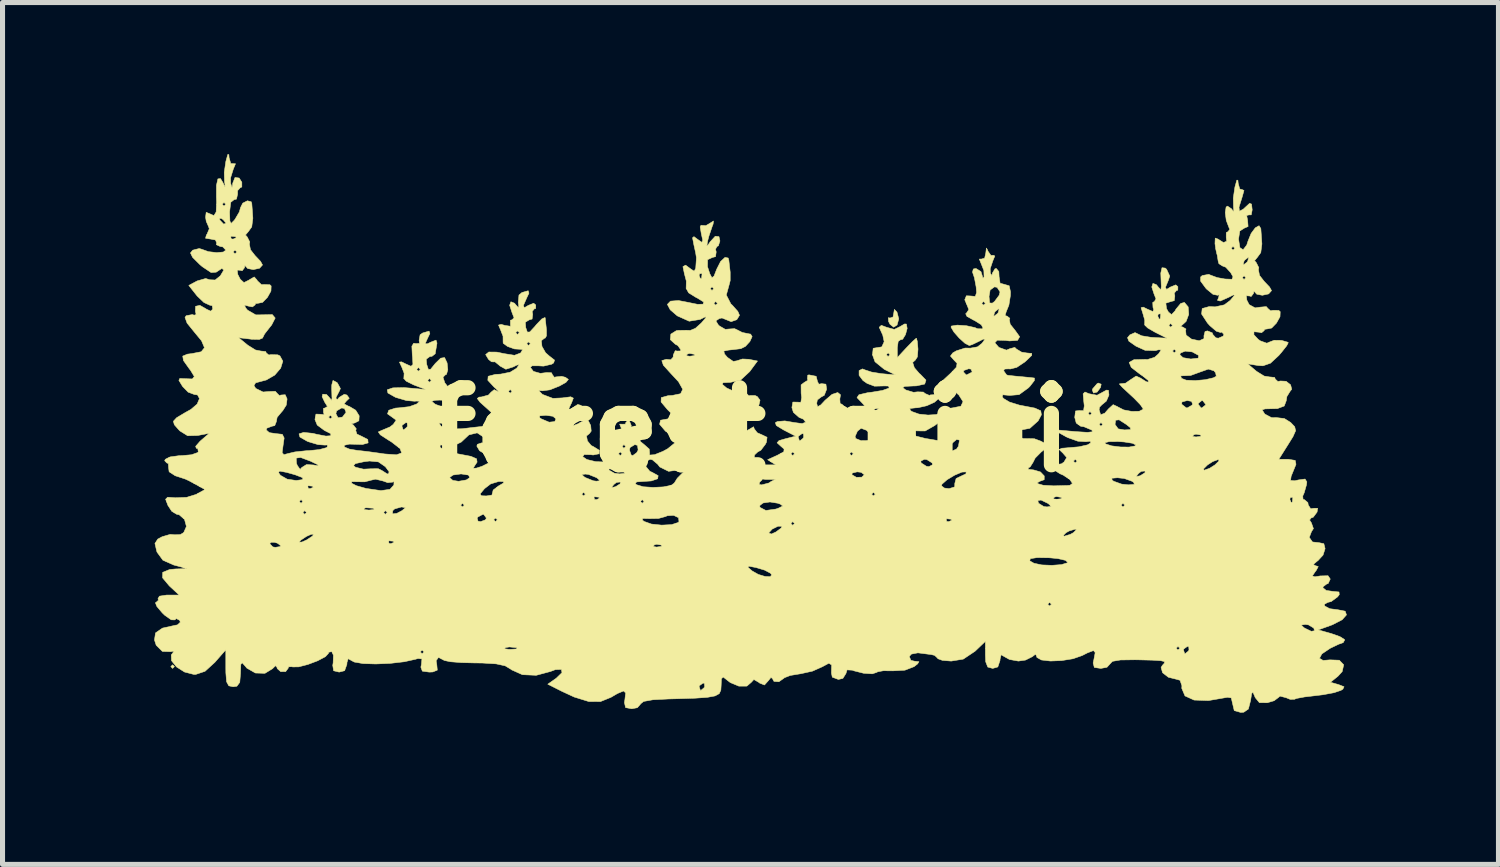
<source format=kicad_pcb>
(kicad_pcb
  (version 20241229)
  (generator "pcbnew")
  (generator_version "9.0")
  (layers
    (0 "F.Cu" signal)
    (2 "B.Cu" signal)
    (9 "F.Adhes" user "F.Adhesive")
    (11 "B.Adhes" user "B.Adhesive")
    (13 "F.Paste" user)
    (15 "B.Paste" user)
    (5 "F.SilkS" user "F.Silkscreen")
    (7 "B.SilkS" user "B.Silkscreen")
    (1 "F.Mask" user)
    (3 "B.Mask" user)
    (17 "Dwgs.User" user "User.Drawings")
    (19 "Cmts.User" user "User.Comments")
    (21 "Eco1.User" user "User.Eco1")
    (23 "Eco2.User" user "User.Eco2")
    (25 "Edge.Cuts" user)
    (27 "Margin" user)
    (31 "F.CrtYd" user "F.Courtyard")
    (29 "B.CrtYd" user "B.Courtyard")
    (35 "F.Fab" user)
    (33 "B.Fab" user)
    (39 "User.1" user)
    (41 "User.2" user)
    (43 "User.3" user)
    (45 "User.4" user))
  (footprint "forest_mini"
    (layer "F.Cu")
    (at 11.794 5.453)
    (property "Reference" "forest_mini" (at 0 0 0) (layer "F.SilkS") (effects (font (size 1.524 1.524) (thickness 0.3))))
    (attr through_hole)
    (fp_poly (pts (xy -11.394 4.681) (xy -11.43 4.717) (xy -11.466 4.681) (xy -11.43 4.645) (xy -11.394 4.681)) (stroke (width 0.01) (type solid)) (fill yes) (layer "F.SilkS"))
    (fp_poly (pts (xy 6.935 -0.904) (xy 6.923 -0.841) (xy 6.856 -0.749) (xy 6.783 -0.729) (xy 6.76 -0.788) (xy 6.766 -0.812) (xy 6.855 -0.915) (xy 6.881 -0.927) (xy 6.935 -0.904)) (stroke (width 0.01) (type solid)) (fill yes) (layer "F.SilkS"))
    (fp_poly (pts (xy 2.895 -2.333) (xy 2.897 -2.329) (xy 2.932 -2.196) (xy 2.898 -2.074) (xy 2.83 -2.032) (xy 2.758 -2.09) (xy 2.73 -2.145) (xy 2.725 -2.22) (xy 2.759 -2.213) (xy 2.818 -2.233) (xy 2.831 -2.3) (xy 2.845 -2.384) (xy 2.895 -2.333)) (stroke (width 0.01) (type solid)) (fill yes) (layer "F.SilkS"))
    (fp_poly (pts (xy -10.318 -5.447) (xy -10.313 -5.384) (xy -10.28 -5.269) (xy -10.225 -5.266) (xy -10.186 -5.264) (xy -10.23 -5.158) (xy -10.284 -4.985) (xy -10.282 -4.877) (xy -10.255 -4.793) (xy -10.243 -4.853) (xy -10.241 -4.88) (xy -10.196 -4.993) (xy -10.114 -4.982) (xy -10.061 -4.899) (xy -10.061 -4.805) (xy -10.093 -4.79) (xy -10.145 -4.732) (xy -10.145 -4.663) (xy -10.167 -4.565) (xy -10.214 -4.554) (xy -10.28 -4.502) (xy -10.303 -4.315) (xy -10.303 -4.3) (xy -10.297 -4.13) (xy -10.272 -4.085) (xy -10.211 -4.146) (xy -10.194 -4.169) (xy -10.11 -4.312) (xy -10.087 -4.397) (xy -10.043 -4.485) (xy -9.951 -4.532) (xy -9.876 -4.513) (xy -9.864 -4.479) (xy -9.854 -4.344) (xy -9.843 -4.186) (xy -9.865 -4.015) (xy -9.931 -3.924) (xy -9.989 -3.855) (xy -9.955 -3.818) (xy -9.904 -3.717) (xy -9.912 -3.676) (xy -9.89 -3.564) (xy -9.8 -3.449) (xy -9.691 -3.334) (xy -9.652 -3.263) (xy -9.71 -3.198) (xy -9.834 -3.171) (xy -9.945 -3.192) (xy -9.969 -3.219) (xy -10.001 -3.252) (xy -10.009 -3.207) (xy -10.055 -3.147) (xy -10.087 -3.157) (xy -10.152 -3.162) (xy -10.141 -3.075) (xy -10.092 -2.98) (xy -10.019 -2.914) (xy -9.918 -2.965) (xy -9.912 -2.97) (xy -9.815 -3.026) (xy -9.76 -2.964) (xy -9.756 -2.952) (xy -9.672 -2.873) (xy -9.617 -2.876) (xy -9.506 -2.871) (xy -9.481 -2.847) (xy -9.485 -2.747) (xy -9.555 -2.621) (xy -9.65 -2.523) (xy -9.73 -2.507) (xy -9.793 -2.497) (xy -9.797 -2.474) (xy -9.852 -2.433) (xy -9.924 -2.447) (xy -10.009 -2.469) (xy -9.986 -2.415) (xy -9.949 -2.37) (xy -9.784 -2.275) (xy -9.641 -2.277) (xy -9.458 -2.281) (xy -9.401 -2.213) (xy -9.471 -2.076) (xy -9.508 -2.03) (xy -9.611 -1.898) (xy -9.652 -1.816) (xy -9.715 -1.79) (xy -9.868 -1.793) (xy -9.888 -1.796) (xy -10.124 -1.824) (xy -9.942 -1.675) (xy -9.791 -1.581) (xy -9.673 -1.558) (xy -9.67 -1.559) (xy -9.588 -1.55) (xy -9.579 -1.524) (xy -9.527 -1.482) (xy -9.489 -1.489) (xy -9.35 -1.485) (xy -9.308 -1.465) (xy -9.25 -1.36) (xy -9.293 -1.221) (xy -9.41 -1.084) (xy -9.576 -0.988) (xy -9.636 -0.972) (xy -9.789 -0.931) (xy -9.821 -0.877) (xy -9.786 -0.821) (xy -9.641 -0.75) (xy -9.53 -0.759) (xy -9.399 -0.764) (xy -9.362 -0.723) (xy -9.317 -0.678) (xy -9.289 -0.69) (xy -9.203 -0.696) (xy -9.166 -0.613) (xy -9.182 -0.491) (xy -9.254 -0.377) (xy -9.264 -0.368) (xy -9.363 -0.249) (xy -9.379 -0.162) (xy -9.41 -0.085) (xy -9.465 -0.073) (xy -9.565 -0.035) (xy -9.579 0) (xy -9.517 0.054) (xy -9.389 0.073) (xy -9.26 0.087) (xy -9.224 0.16) (xy -9.244 0.298) (xy -9.264 0.449) (xy -9.229 0.49) (xy -9.162 0.471) (xy -9.01 0.435) (xy -8.791 0.412) (xy -8.733 0.409) (xy -8.529 0.389) (xy -8.391 0.352) (xy -8.37 0.338) (xy -8.37 0.297) (xy -8.418 0.3) (xy -8.555 0.29) (xy -8.746 0.233) (xy -8.768 0.224) (xy -8.912 0.141) (xy -8.93 0.078) (xy -8.838 0.049) (xy -8.656 0.068) (xy -8.584 0.086) (xy -8.398 0.122) (xy -8.299 0.115) (xy -8.304 0.073) (xy -8.428 0.01) (xy -8.57 -0.096) (xy -8.615 -0.206) (xy -8.606 -0.254) (xy -8.346 -0.254) (xy -8.309 -0.218) (xy -8.273 -0.254) (xy -8.309 -0.29) (xy -8.346 -0.254) (xy -8.606 -0.254) (xy -8.595 -0.313) (xy -8.51 -0.31) (xy -8.433 -0.302) (xy -8.438 -0.321) (xy -8.201 -0.321) (xy -8.158 -0.241) (xy -8.071 -0.254) (xy -7.999 -0.349) (xy -8.031 -0.423) (xy -8.086 -0.435) (xy -8.186 -0.377) (xy -8.201 -0.321) (xy -8.438 -0.321) (xy -8.447 -0.351) (xy -8.447 -0.426) (xy -8.414 -0.435) (xy -8.368 -0.464) (xy -8.42 -0.546) (xy -8.473 -0.658) (xy -8.461 -0.707) (xy -8.386 -0.701) (xy -8.339 -0.651) (xy -8.283 -0.582) (xy -8.277 -0.638) (xy -8.279 -0.653) (xy -8.284 -0.823) (xy -8.282 -0.892) (xy -8.258 -0.979) (xy -8.182 -0.939) (xy -8.17 -0.928) (xy -8.111 -0.818) (xy -8.134 -0.766) (xy -8.196 -0.648) (xy -8.199 -0.62) (xy -8.17 -0.602) (xy -8.135 -0.644) (xy -8.036 -0.704) (xy -7.983 -0.69) (xy -7.936 -0.626) (xy -7.993 -0.571) (xy -8.039 -0.515) (xy -7.953 -0.47) (xy -7.935 -0.465) (xy -7.809 -0.39) (xy -7.74 -0.279) (xy -7.746 -0.18) (xy -7.826 -0.139) (xy -7.892 -0.121) (xy -7.855 -0.097) (xy -7.798 -0.023) (xy -7.808 0.011) (xy -7.785 0.082) (xy -7.7 0.122) (xy -7.57 0.188) (xy -7.563 0.257) (xy -7.677 0.289) (xy -7.711 0.287) (xy -7.936 0.281) (xy -8.039 0.305) (xy -8.032 0.338) (xy -7.93 0.38) (xy -7.784 0.404) (xy -7.588 0.426) (xy -7.333 0.461) (xy -7.239 0.475) (xy -7.003 0.492) (xy -6.9 0.455) (xy -6.932 0.368) (xy -6.969 0.34) (xy -6.141 0.34) (xy -6.131 0.351) (xy -6.016 0.413) (xy -5.822 0.467) (xy -5.768 0.477) (xy -5.531 0.522) (xy -5.418 0.571) (xy -5.408 0.637) (xy -5.447 0.695) (xy -5.485 0.757) (xy -5.425 0.756) (xy -5.312 0.72) (xy -5.146 0.637) (xy -5.054 0.544) (xy -5.053 0.543) (xy -5.06 0.474) (xy -5.121 0.484) (xy -5.243 0.48) (xy -5.359 0.412) (xy -5.409 0.327) (xy -3.846 0.327) (xy -3.81 0.363) (xy -3.774 0.327) (xy -3.81 0.29) (xy -3.846 0.327) (xy -5.409 0.327) (xy -5.413 0.321) (xy -5.403 0.285) (xy -5.314 0.255) (xy -5.241 0.269) (xy -5.164 0.289) (xy -5.184 0.241) (xy -5.252 0.16) (xy -5.406 0.058) (xy -5.57 0.098) (xy -5.721 0.24) (xy -5.865 0.31) (xy -6.006 0.307) (xy -6.137 0.297) (xy -6.141 0.34) (xy -6.969 0.34) (xy -7.101 0.238) (xy -7.166 0.198) (xy -7.323 0.096) (xy -7.362 0.04) (xy -7.298 0.011) (xy -7.129 -0.06) (xy -7.113 -0.073) (xy -6.894 -0.073) (xy -6.87 -0.002) (xy -6.862 0) (xy -6.8 -0.051) (xy -6.785 -0.073) (xy -6.791 -0.139) (xy -6.817 -0.145) (xy -6.891 -0.092) (xy -6.894 -0.073) (xy -7.113 -0.073) (xy -7.065 -0.11) (xy -7.009 -0.194) (xy -7.078 -0.245) (xy -7.18 -0.318) (xy -7.155 -0.389) (xy -7.021 -0.432) (xy -6.949 -0.437) (xy -6.749 -0.46) (xy -6.604 -0.512) (xy -6.543 -0.567) (xy -6.611 -0.571) (xy -6.64 -0.567) (xy -6.805 -0.581) (xy -7.01 -0.641) (xy -7.026 -0.647) (xy -7.172 -0.73) (xy -7.185 -0.794) (xy -7.074 -0.832) (xy -6.85 -0.837) (xy -6.754 -0.829) (xy -6.423 -0.799) (xy -6.663 -0.891) (xy -6.808 -0.963) (xy -6.823 -0.98) (xy -6.386 -0.98) (xy -6.35 -0.943) (xy -6.314 -0.98) (xy -6.35 -1.016) (xy -6.386 -0.98) (xy -6.823 -0.98) (xy -6.861 -1.021) (xy -6.856 -1.03) (xy -6.851 -1.121) (xy -6.88 -1.197) (xy -6.604 -1.197) (xy -6.568 -1.161) (xy -6.531 -1.197) (xy -6.568 -1.234) (xy -6.604 -1.197) (xy -6.88 -1.197) (xy -6.894 -1.233) (xy -6.944 -1.342) (xy -6.901 -1.346) (xy -6.818 -1.305) (xy -6.715 -1.259) (xy -6.677 -1.294) (xy -6.685 -1.439) (xy -6.69 -1.483) (xy -6.698 -1.656) (xy -6.662 -1.715) (xy -6.618 -1.707) (xy -6.546 -1.712) (xy -6.555 -1.771) (xy -6.535 -1.882) (xy -6.485 -1.917) (xy -6.358 -1.954) (xy -6.342 -1.907) (xy -6.389 -1.809) (xy -6.436 -1.704) (xy -6.39 -1.703) (xy -6.326 -1.735) (xy -6.22 -1.776) (xy -6.201 -1.718) (xy -6.206 -1.686) (xy -6.23 -1.548) (xy -6.236 -1.506) (xy -6.3 -1.456) (xy -6.343 -1.451) (xy -6.414 -1.399) (xy -6.405 -1.297) (xy -6.371 -1.195) (xy -6.326 -1.201) (xy -6.235 -1.314) (xy -6.128 -1.419) (xy -6.052 -1.431) (xy -6.051 -1.431) (xy -6.001 -1.325) (xy -5.987 -1.191) (xy -6.013 -1.099) (xy -6.036 -1.089) (xy -6.082 -1.042) (xy -6.046 -0.931) (xy -5.943 -0.8) (xy -5.933 -0.79) (xy -5.821 -0.66) (xy -5.839 -0.592) (xy -5.969 -0.583) (xy -6.151 -0.59) (xy -6.241 -0.586) (xy -6.307 -0.567) (xy -6.245 -0.515) (xy -6.23 -0.506) (xy -6.086 -0.45) (xy -5.849 -0.403) (xy -5.552 -0.365) (xy -5.561 -0.331) (xy -5.672 -0.255) (xy -5.731 -0.223) (xy -5.92 -0.145) (xy -6.071 -0.123) (xy -6.093 -0.128) (xy -6.164 -0.139) (xy -6.121 -0.075) (xy -5.979 -0.018) (xy -5.713 -0.023) (xy -5.685 -0.026) (xy -5.455 -0.053) (xy -5.275 -0.072) (xy -5.225 -0.077) (xy -5.039 -0.105) (xy -4.98 -0.166) (xy -5.048 -0.274) (xy -5.053 -0.278) (xy -4.173 -0.278) (xy -4.169 -0.241) (xy -4.137 -0.218) (xy -3.983 -0.153) (xy -3.873 -0.165) (xy -3.846 -0.218) (xy -3.909 -0.27) (xy -4.046 -0.289) (xy -4.173 -0.278) (xy -5.053 -0.278) (xy -5.189 -0.404) (xy -5.349 -0.547) (xy -5.405 -0.622) (xy -5.369 -0.649) (xy -5.322 -0.652) (xy -5.183 -0.69) (xy -5.134 -0.744) (xy -5.07 -0.796) (xy -4.998 -0.762) (xy -4.973 -0.753) (xy -4.982 -0.762) (xy -4.79 -0.762) (xy -4.753 -0.726) (xy -4.717 -0.762) (xy -4.753 -0.798) (xy -4.79 -0.762) (xy -4.982 -0.762) (xy -5.043 -0.823) (xy -5.074 -0.85) (xy -5.196 -0.982) (xy -5.189 -1.061) (xy -5.048 -1.098) (xy -4.942 -1.104) (xy -4.753 -1.142) (xy -4.626 -1.22) (xy -4.576 -1.292) (xy -4.627 -1.28) (xy -4.694 -1.246) (xy -4.839 -1.2) (xy -4.956 -1.265) (xy -4.966 -1.275) (xy -5.054 -1.347) (xy -5.08 -1.345) (xy -5.123 -1.348) (xy -5.181 -1.394) (xy -5.239 -1.49) (xy -5.177 -1.541) (xy -5.016 -1.539) (xy -4.881 -1.51) (xy -4.668 -1.476) (xy -4.545 -1.523) (xy -4.509 -1.588) (xy -4.536 -1.594) (xy -4.669 -1.602) (xy -4.806 -1.651) (xy -4.879 -1.705) (xy -4.427 -1.705) (xy -4.391 -1.669) (xy -4.354 -1.705) (xy -4.391 -1.742) (xy -4.427 -1.705) (xy -4.879 -1.705) (xy -4.892 -1.714) (xy -4.894 -1.748) (xy -4.895 -1.854) (xy -4.922 -1.923) (xy -4.645 -1.923) (xy -4.608 -1.887) (xy -4.572 -1.923) (xy -4.608 -1.959) (xy -4.645 -1.923) (xy -4.922 -1.923) (xy -4.938 -1.965) (xy -4.984 -2.074) (xy -4.932 -2.088) (xy -4.859 -2.067) (xy -4.747 -2.05) (xy -4.749 -2.097) (xy -4.749 -2.169) (xy -4.719 -2.177) (xy -4.677 -2.216) (xy -4.72 -2.329) (xy -4.764 -2.465) (xy -4.74 -2.535) (xy -4.668 -2.506) (xy -4.634 -2.465) (xy -4.584 -2.411) (xy -4.587 -2.483) (xy -4.594 -2.517) (xy -4.58 -2.667) (xy -4.522 -2.717) (xy -4.397 -2.753) (xy -4.382 -2.705) (xy -4.424 -2.617) (xy -4.492 -2.462) (xy -4.475 -2.415) (xy -4.397 -2.462) (xy -4.289 -2.506) (xy -4.248 -2.471) (xy -4.249 -2.402) (xy -4.275 -2.395) (xy -4.319 -2.342) (xy -4.308 -2.286) (xy -4.32 -2.193) (xy -4.376 -2.177) (xy -4.454 -2.13) (xy -4.446 -2.025) (xy -4.414 -1.934) (xy -4.365 -1.938) (xy -4.266 -2.045) (xy -4.238 -2.08) (xy -4.128 -2.195) (xy -4.065 -2.224) (xy -4.061 -2.213) (xy -4.036 -1.981) (xy -4.036 -1.86) (xy -4.061 -1.817) (xy -4.076 -1.814) (xy -4.137 -1.765) (xy -4.125 -1.652) (xy -4.053 -1.526) (xy -3.979 -1.461) (xy -3.876 -1.381) (xy -3.894 -1.325) (xy -3.932 -1.3) (xy -4.093 -1.262) (xy -4.199 -1.268) (xy -4.321 -1.268) (xy -4.354 -1.237) (xy -4.294 -1.158) (xy -4.157 -1.119) (xy -4.028 -1.135) (xy -3.935 -1.13) (xy -3.919 -1.092) (xy -3.878 -1.039) (xy -3.853 -1.048) (xy -3.736 -1.06) (xy -3.662 -1.041) (xy -3.602 -0.999) (xy -3.651 -0.94) (xy -3.78 -0.868) (xy -3.968 -0.793) (xy -4.117 -0.773) (xy -4.134 -0.776) (xy -4.189 -0.779) (xy -4.125 -0.712) (xy -4.112 -0.701) (xy -3.909 -0.624) (xy -3.723 -0.633) (xy -3.556 -0.655) (xy -3.504 -0.629) (xy -3.54 -0.534) (xy -3.557 -0.501) (xy -3.609 -0.387) (xy -3.588 -0.384) (xy -3.55 -0.417) (xy -3.417 -0.504) (xy -3.347 -0.484) (xy -3.359 -0.386) (xy -3.456 -0.256) (xy -3.533 -0.139) (xy -3.505 -0.085) (xy -3.396 -0.128) (xy -3.375 -0.145) (xy -3.263 -0.201) (xy -3.213 -0.19) (xy -3.161 -0.088) (xy -3.151 0.024) (xy -3.187 0.073) (xy -3.244 0.119) (xy -3.226 0.217) (xy -3.152 0.308) (xy -3.108 0.33) (xy -2.989 0.403) (xy -2.995 0.472) (xy -3.113 0.496) (xy -3.16 0.49) (xy -3.29 0.487) (xy -3.32 0.528) (xy -3.238 0.585) (xy -3.072 0.625) (xy -3.058 0.627) (xy -2.9 0.634) (xy -2.85 0.592) (xy -2.866 0.508) (xy -2.871 0.472) (xy -2.613 0.472) (xy -2.576 0.508) (xy -2.54 0.472) (xy -2.576 0.435) (xy -2.613 0.472) (xy -2.871 0.472) (xy -2.879 0.405) (xy -2.805 0.405) (xy -2.799 0.407) (xy -2.714 0.404) (xy -2.713 0.399) (xy -2.395 0.399) (xy -2.36 0.496) (xy -2.33 0.508) (xy -2.251 0.45) (xy -2.223 0.399) (xy -2.235 0.306) (xy -2.288 0.29) (xy -2.383 0.348) (xy -2.395 0.399) (xy -2.713 0.399) (xy -2.695 0.327) (xy -2.54 0.327) (xy -2.504 0.363) (xy -2.467 0.327) (xy -2.504 0.29) (xy -2.54 0.327) (xy -2.695 0.327) (xy -2.686 0.289) (xy -2.685 0.254) (xy -2.664 0.115) (xy -2.59 0.094) (xy -2.575 0.099) (xy -2.503 0.111) (xy -2.522 0.036) (xy -2.546 -0.01) (xy -2.589 -0.115) (xy -2.548 -0.114) (xy -2.547 -0.113) (xy -2.475 -0.115) (xy -2.467 -0.145) (xy -2.424 -0.193) (xy -2.398 -0.183) (xy -2.359 -0.089) (xy -2.37 -0.033) (xy -2.371 0.04) (xy -2.281 0.025) (xy -2.189 0.01) (xy -2.198 0.094) (xy -2.198 0.095) (xy -2.182 0.226) (xy -2.1 0.293) (xy -2.003 0.379) (xy -1.998 0.439) (xy -1.996 0.497) (xy -1.898 0.49) (xy -1.733 0.424) (xy -1.639 0.373) (xy -1.488 0.25) (xy -1.41 0.121) (xy -1.409 0.115) (xy -1.413 0.028) (xy -1.47 0.062) (xy -1.567 0.097) (xy -1.683 0.024) (xy -1.798 -0.112) (xy -1.78 -0.192) (xy -1.636 -0.218) (xy -1.458 -0.218) (xy -1.644 -0.404) (xy -1.769 -0.553) (xy -1.766 -0.639) (xy -1.632 -0.677) (xy -1.549 -0.682) (xy -1.383 -0.716) (xy -1.341 -0.804) (xy -1.424 -0.953) (xy -1.574 -1.114) (xy -1.724 -1.28) (xy -1.755 -1.371) (xy -1.665 -1.397) (xy -1.578 -1.387) (xy -1.531 -1.438) (xy -1.527 -1.469) (xy -1.275 -1.469) (xy -1.203 -1.457) (xy -1.109 -1.47) (xy -1.108 -1.495) (xy -1.205 -1.513) (xy -1.247 -1.501) (xy -1.275 -1.469) (xy -1.527 -1.469) (xy -1.524 -1.492) (xy -1.489 -1.567) (xy -1.451 -1.56) (xy -1.384 -1.562) (xy -1.379 -1.585) (xy -1.437 -1.668) (xy -1.488 -1.695) (xy -1.587 -1.786) (xy -1.576 -1.895) (xy -1.466 -1.964) (xy -1.433 -1.968) (xy -1.268 -1.971) (xy -1.191 -1.968) (xy -1.09 -2.01) (xy -0.973 -2.115) (xy -0.881 -2.222) (xy -0.891 -2.238) (xy -0.998 -2.185) (xy -1.213 -2.15) (xy -1.449 -2.256) (xy -1.589 -2.377) (xy -1.645 -2.483) (xy -1.583 -2.547) (xy -1.425 -2.559) (xy -1.257 -2.527) (xy -1.047 -2.484) (xy -0.933 -2.488) (xy -0.931 -2.504) (xy -0.726 -2.504) (xy -0.689 -2.467) (xy -0.653 -2.504) (xy -0.689 -2.54) (xy -0.726 -2.504) (xy -0.931 -2.504) (xy -0.928 -2.531) (xy -1.05 -2.607) (xy -1.074 -2.618) (xy -1.224 -2.711) (xy -1.27 -2.794) (xy -0.798 -2.794) (xy -0.762 -2.758) (xy -0.726 -2.794) (xy -0.762 -2.83) (xy -0.798 -2.794) (xy -1.27 -2.794) (xy -1.275 -2.803) (xy -1.273 -2.813) (xy -1.27 -2.945) (xy -1.297 -3.048) (xy -1.016 -3.048) (xy -0.989 -2.988) (xy -0.968 -3) (xy -0.959 -3.086) (xy -0.968 -3.096) (xy -1.011 -3.086) (xy -1.016 -3.048) (xy -1.297 -3.048) (xy -1.307 -3.085) (xy -1.337 -3.23) (xy -1.284 -3.259) (xy -1.176 -3.179) (xy -1.115 -3.14) (xy -1.084 -3.196) (xy -1.072 -3.371) (xy -1.071 -3.411) (xy -1.085 -3.5) (xy -1.12 -3.659) (xy -1.147 -3.8) (xy -1.119 -3.823) (xy -1.045 -3.768) (xy -0.962 -3.71) (xy -0.945 -3.751) (xy -0.974 -3.882) (xy -0.996 -4.016) (xy -0.978 -4.05) (xy -0.974 -4.046) (xy -0.883 -4.041) (xy -0.81 -4.083) (xy -0.733 -4.132) (xy -0.74 -4.071) (xy -0.757 -4.028) (xy -0.823 -3.833) (xy -0.848 -3.737) (xy -0.865 -3.639) (xy -0.83 -3.673) (xy -0.8 -3.719) (xy -0.697 -3.831) (xy -0.624 -3.823) (xy -0.605 -3.737) (xy -0.636 -3.641) (xy -0.663 -3.629) (xy -0.692 -3.575) (xy -0.679 -3.52) (xy -0.692 -3.427) (xy -0.754 -3.411) (xy -0.849 -3.367) (xy -0.851 -3.229) (xy -0.805 -3.088) (xy -0.763 -3.01) (xy -0.722 -3.043) (xy -0.669 -3.179) (xy -0.592 -3.331) (xy -0.505 -3.412) (xy -0.442 -3.4) (xy -0.429 -3.356) (xy -0.417 -3.249) (xy -0.402 -3.121) (xy -0.402 -2.953) (xy -0.424 -2.867) (xy -0.479 -2.668) (xy -0.389 -2.493) (xy -0.358 -2.464) (xy -0.251 -2.344) (xy -0.218 -2.267) (xy -0.272 -2.18) (xy -0.384 -2.141) (xy -0.472 -2.177) (xy -0.564 -2.214) (xy -0.617 -2.203) (xy -0.685 -2.157) (xy -0.639 -2.08) (xy -0.616 -2.057) (xy -0.499 -1.989) (xy -0.436 -1.995) (xy -0.316 -2.003) (xy -0.272 -1.983) (xy -0.162 -1.927) (xy -0.018 -1.898) (xy 0.001 -1.896) (xy 0.032 -1.846) (xy -0.013 -1.748) (xy -0.101 -1.652) (xy -0.191 -1.607) (xy -0.347 -1.588) (xy -0.433 -1.579) (xy -0.529 -1.559) (xy -0.513 -1.5) (xy -0.456 -1.434) (xy -0.342 -1.355) (xy -0.274 -1.366) (xy -0.16 -1.403) (xy -0.036 -1.397) (xy 0.138 -1.363) (xy -0.017 -1.153) (xy -0.194 -0.988) (xy -0.395 -0.941) (xy -0.542 -0.934) (xy -0.56 -0.903) (xy -0.472 -0.829) (xy -0.311 -0.756) (xy -0.2 -0.752) (xy -0.094 -0.748) (xy -0.073 -0.715) (xy -0.031 -0.673) (xy -0.015 -0.68) (xy 0.091 -0.68) (xy 0.134 -0.66) (xy 0.188 -0.588) (xy 0.158 -0.458) (xy 0.137 -0.411) (xy 0.055 -0.269) (xy -0.012 -0.209) (xy -0.137 -0.183) (xy -0.145 -0.181) (xy -0.285 -0.155) (xy -0.29 -0.154) (xy -0.362 -0.108) (xy -0.327 -0.033) (xy -0.224 0.019) (xy -0.071 0.014) (xy -0.006 -0.023) (xy 0.061 -0.063) (xy 0.073 -0.023) (xy 0.133 0.056) (xy 0.223 0.095) (xy 0.327 0.145) (xy 0.315 0.242) (xy 0.293 0.285) (xy 0.204 0.402) (xy 0.143 0.435) (xy 0.08 0.494) (xy 0.073 0.544) (xy 0.013 0.637) (xy -0.054 0.655) (xy -0.14 0.664) (xy -0.101 0.704) (xy -0.05 0.734) (xy 0.106 0.779) (xy 0.189 0.769) (xy 0.262 0.785) (xy 0.274 0.877) (xy 0.227 0.988) (xy 0.181 1.033) (xy 0.17 1.079) (xy 0.221 1.087) (xy 0.365 1.049) (xy 0.403 1.022) (xy 0.524 0.961) (xy 0.653 0.929) (xy 0.762 0.908) (xy 0.767 0.886) (xy 2.005 0.886) (xy 2.091 0.936) (xy 2.199 0.935) (xy 2.25 0.886) (xy 2.189 0.839) (xy 2.11 0.829) (xy 2.011 0.853) (xy 2.005 0.886) (xy 0.767 0.886) (xy 0.771 0.873) (xy 0.67 0.799) (xy 0.586 0.746) (xy 0.382 0.617) (xy 3.367 0.617) (xy 3.375 0.653) (xy 3.479 0.719) (xy 3.528 0.726) (xy 3.6 0.689) (xy 3.592 0.653) (xy 3.488 0.587) (xy 3.439 0.581) (xy 3.367 0.617) (xy 0.382 0.617) (xy 0.338 0.589) (xy 0.531 0.501) (xy 0.585 0.472) (xy 0.798 0.472) (xy 0.835 0.508) (xy 0.871 0.472) (xy 1.814 0.472) (xy 1.851 0.508) (xy 1.887 0.472) (xy 1.959 0.472) (xy 1.996 0.508) (xy 2.032 0.472) (xy 1.996 0.435) (xy 1.959 0.472) (xy 1.887 0.472) (xy 1.851 0.435) (xy 1.814 0.472) (xy 0.871 0.472) (xy 0.835 0.435) (xy 0.798 0.472) (xy 0.585 0.472) (xy 0.658 0.433) (xy 0.662 0.395) (xy 3.87 0.395) (xy 3.885 0.432) (xy 3.946 0.435) (xy 4.075 0.378) (xy 4.112 0.323) (xy 4.133 0.201) (xy 4.075 0.189) (xy 3.956 0.29) (xy 3.87 0.395) (xy 0.662 0.395) (xy 0.664 0.378) (xy 0.598 0.321) (xy 0.525 0.254) (xy 0.564 0.211) (xy 0.682 0.177) (xy 0.808 0.145) (xy 0.943 0.145) (xy 0.968 0.216) (xy 0.975 0.218) (xy 1.037 0.167) (xy 1.052 0.145) (xy 1.051 0.13) (xy 2.068 0.13) (xy 2.081 0.17) (xy 2.184 0.212) (xy 2.313 0.21) (xy 2.392 0.168) (xy 2.395 0.154) (xy 2.345 0.058) (xy 2.334 0.047) (xy 3.146 0.047) (xy 3.159 0.062) (xy 3.275 0.123) (xy 3.468 0.171) (xy 3.514 0.178) (xy 3.703 0.21) (xy 3.821 0.244) (xy 3.832 0.252) (xy 3.907 0.25) (xy 3.913 0.244) (xy 3.899 0.184) (xy 3.864 0.165) (xy 3.783 0.074) (xy 3.774 0.022) (xy 3.819 -0.054) (xy 3.889 -0.044) (xy 3.974 -0.042) (xy 3.975 -0.086) (xy 3.887 -0.19) (xy 3.748 -0.168) (xy 3.642 -0.086) (xy 3.454 0.021) (xy 3.292 0.019) (xy 3.156 0.007) (xy 3.146 0.047) (xy 2.334 0.047) (xy 2.296 0.008) (xy 2.187 -0.033) (xy 2.115 0.024) (xy 2.068 0.13) (xy 1.051 0.13) (xy 1.047 0.078) (xy 1.02 0.073) (xy 0.946 0.125) (xy 0.943 0.145) (xy 0.808 0.145) (xy 0.893 0.124) (xy 0.655 0.001) (xy 0.51 -0.087) (xy 0.491 -0.143) (xy 0.531 -0.166) (xy 0.679 -0.178) (xy 0.867 -0.146) (xy 1.023 -0.125) (xy 1.09 -0.154) (xy 1.048 -0.211) (xy 0.975 -0.242) (xy 1.707 -0.242) (xy 1.715 -0.182) (xy 1.79 -0.113) (xy 1.868 -0.152) (xy 1.887 -0.222) (xy 1.828 -0.283) (xy 1.78 -0.29) (xy 1.707 -0.242) (xy 0.975 -0.242) (xy 0.959 -0.249) (xy 0.848 -0.347) (xy 0.818 -0.442) (xy 0.837 -0.551) (xy 0.92 -0.55) (xy 0.995 -0.546) (xy 1.011 -0.64) (xy 1.001 -0.725) (xy 1 -0.891) (xy 1.068 -0.943) (xy 1.069 -0.943) (xy 1.134 -0.982) (xy 1.125 -1.016) (xy 1.131 -1.083) (xy 1.157 -1.089) (xy 1.298 -1.061) (xy 1.322 -0.967) (xy 1.321 -0.963) (xy 1.352 -0.905) (xy 1.408 -0.915) (xy 1.491 -0.905) (xy 1.505 -0.804) (xy 1.458 -0.683) (xy 1.4 -0.653) (xy 1.322 -0.594) (xy 1.309 -0.526) (xy 1.326 -0.459) (xy 1.39 -0.495) (xy 1.475 -0.586) (xy 1.612 -0.703) (xy 1.725 -0.74) (xy 1.78 -0.695) (xy 1.766 -0.612) (xy 1.772 -0.522) (xy 1.807 -0.508) (xy 1.869 -0.454) (xy 1.869 -0.417) (xy 1.909 -0.348) (xy 2.028 -0.327) (xy 2.165 -0.359) (xy 2.197 -0.38) (xy 2.426 -0.38) (xy 2.498 -0.369) (xy 2.592 -0.382) (xy 2.593 -0.407) (xy 2.496 -0.424) (xy 2.454 -0.412) (xy 2.426 -0.38) (xy 2.197 -0.38) (xy 2.222 -0.397) (xy 2.255 -0.482) (xy 2.186 -0.556) (xy 2.106 -0.639) (xy 2.145 -0.696) (xy 2.315 -0.736) (xy 2.418 -0.749) (xy 2.609 -0.781) (xy 2.731 -0.824) (xy 2.742 -0.832) (xy 2.727 -0.868) (xy 2.649 -0.87) (xy 2.452 -0.865) (xy 2.306 -0.92) (xy 2.224 -0.977) (xy 2.147 -1.08) (xy 2.147 -1.174) (xy 2.214 -1.207) (xy 2.27 -1.185) (xy 2.395 -1.144) (xy 2.588 -1.113) (xy 2.61 -1.111) (xy 2.867 -1.088) (xy 2.646 -1.198) (xy 2.462 -1.348) (xy 2.412 -1.486) (xy 2.412 -1.488) (xy 2.685 -1.488) (xy 2.721 -1.451) (xy 2.758 -1.488) (xy 2.721 -1.524) (xy 2.685 -1.488) (xy 2.412 -1.488) (xy 2.426 -1.615) (xy 2.495 -1.626) (xy 2.596 -1.642) (xy 2.643 -1.745) (xy 2.614 -1.881) (xy 2.607 -1.893) (xy 2.545 -2.03) (xy 2.587 -2.069) (xy 2.69 -2.03) (xy 2.844 -1.988) (xy 2.946 -2.037) (xy 3.047 -2.096) (xy 3.083 -2.094) (xy 3.098 -2.007) (xy 3.065 -1.885) (xy 3.009 -1.793) (xy 2.967 -1.783) (xy 2.921 -1.752) (xy 2.903 -1.627) (xy 2.903 -1.43) (xy 3.081 -1.622) (xy 3.203 -1.748) (xy 3.276 -1.812) (xy 3.281 -1.814) (xy 3.299 -1.751) (xy 3.312 -1.599) (xy 3.312 -1.597) (xy 3.3 -1.444) (xy 3.258 -1.379) (xy 3.257 -1.379) (xy 3.207 -1.334) (xy 3.24 -1.231) (xy 3.339 -1.116) (xy 3.356 -1.103) (xy 3.47 -0.985) (xy 3.445 -0.907) (xy 3.281 -0.871) (xy 3.211 -0.869) (xy 3.047 -0.861) (xy 3.01 -0.836) (xy 3.071 -0.79) (xy 3.224 -0.744) (xy 3.304 -0.753) (xy 3.419 -0.749) (xy 3.45 -0.721) (xy 3.537 -0.683) (xy 3.561 -0.693) (xy 3.677 -0.699) (xy 3.711 -0.683) (xy 3.724 -0.622) (xy 3.636 -0.546) (xy 3.484 -0.478) (xy 3.309 -0.439) (xy 3.266 -0.437) (xy 3.149 -0.424) (xy 3.163 -0.384) (xy 3.193 -0.363) (xy 3.332 -0.313) (xy 3.511 -0.294) (xy 3.674 -0.304) (xy 3.768 -0.345) (xy 3.774 -0.363) (xy 3.837 -0.414) (xy 3.989 -0.435) (xy 3.991 -0.435) (xy 4.16 -0.469) (xy 4.203 -0.559) (xy 4.119 -0.692) (xy 3.992 -0.798) (xy 3.776 -0.952) (xy 3.957 -1.12) (xy 3.985 -1.149) (xy 4.209 -1.149) (xy 4.264 -1.09) (xy 4.277 -1.089) (xy 4.377 -1.141) (xy 4.383 -1.149) (xy 4.361 -1.202) (xy 4.315 -1.21) (xy 4.22 -1.176) (xy 4.209 -1.149) (xy 3.985 -1.149) (xy 4.072 -1.24) (xy 4.085 -1.317) (xy 4.023 -1.382) (xy 3.954 -1.461) (xy 4 -1.523) (xy 4.07 -1.564) (xy 4.242 -1.619) (xy 4.352 -1.618) (xy 4.49 -1.643) (xy 4.577 -1.712) (xy 4.64 -1.798) (xy 4.6 -1.794) (xy 4.522 -1.754) (xy 4.387 -1.689) (xy 4.327 -1.669) (xy 4.242 -1.713) (xy 4.127 -1.817) (xy 4.022 -1.937) (xy 3.966 -2.031) (xy 3.97 -2.054) (xy 4.088 -2.073) (xy 4.27 -2.061) (xy 4.438 -2.024) (xy 4.49 -2.001) (xy 4.582 -1.999) (xy 4.598 -2.015) (xy 4.564 -2.08) (xy 4.434 -2.162) (xy 4.406 -2.175) (xy 4.279 -2.247) (xy 4.276 -2.254) (xy 4.808 -2.254) (xy 4.817 -2.25) (xy 4.884 -2.301) (xy 4.899 -2.322) (xy 4.917 -2.39) (xy 4.907 -2.395) (xy 4.841 -2.344) (xy 4.826 -2.322) (xy 4.808 -2.254) (xy 4.276 -2.254) (xy 4.255 -2.299) (xy 4.267 -2.305) (xy 4.317 -2.379) (xy 4.302 -2.419) (xy 4.267 -2.504) (xy 4.572 -2.504) (xy 4.608 -2.467) (xy 4.645 -2.504) (xy 4.608 -2.54) (xy 4.572 -2.504) (xy 4.267 -2.504) (xy 4.237 -2.574) (xy 4.269 -2.653) (xy 4.355 -2.649) (xy 4.446 -2.64) (xy 4.446 -2.64) (xy 4.717 -2.64) (xy 4.729 -2.512) (xy 4.782 -2.507) (xy 4.826 -2.54) (xy 4.918 -2.664) (xy 4.935 -2.73) (xy 4.877 -2.819) (xy 4.826 -2.83) (xy 4.739 -2.767) (xy 4.717 -2.64) (xy 4.446 -2.64) (xy 4.471 -2.719) (xy 4.462 -2.829) (xy 4.428 -3.01) (xy 4.39 -3.122) (xy 4.407 -3.183) (xy 4.459 -3.193) (xy 4.557 -3.133) (xy 4.578 -3.066) (xy 4.597 -2.999) (xy 4.619 -3.026) (xy 4.615 -3.152) (xy 4.569 -3.27) (xy 4.525 -3.379) (xy 4.565 -3.379) (xy 4.63 -3.397) (xy 4.653 -3.497) (xy 4.665 -3.597) (xy 4.689 -3.558) (xy 4.695 -3.537) (xy 4.755 -3.451) (xy 4.802 -3.455) (xy 4.832 -3.44) (xy 4.792 -3.343) (xy 4.74 -3.188) (xy 4.743 -3.098) (xy 4.775 -3.053) (xy 4.784 -3.102) (xy 4.835 -3.187) (xy 4.861 -3.193) (xy 4.911 -3.132) (xy 4.916 -3.03) (xy 4.936 -2.902) (xy 5.026 -2.877) (xy 5.116 -2.851) (xy 5.142 -2.73) (xy 5.14 -2.659) (xy 5.11 -2.468) (xy 5.058 -2.34) (xy 5.034 -2.262) (xy 5.075 -2.25) (xy 5.129 -2.208) (xy 5.119 -2.181) (xy 5.136 -2.09) (xy 5.235 -1.966) (xy 5.323 -1.843) (xy 5.281 -1.771) (xy 5.119 -1.76) (xy 5.044 -1.77) (xy 4.88 -1.775) (xy 4.832 -1.724) (xy 4.912 -1.632) (xy 5.062 -1.578) (xy 5.128 -1.606) (xy 5.227 -1.632) (xy 5.259 -1.6) (xy 5.362 -1.538) (xy 5.465 -1.522) (xy 5.562 -1.513) (xy 5.562 -1.474) (xy 5.46 -1.375) (xy 5.424 -1.343) (xy 5.265 -1.237) (xy 5.132 -1.204) (xy 5.115 -1.208) (xy 5.023 -1.204) (xy 5.007 -1.169) (xy 5.065 -1.088) (xy 5.098 -1.079) (xy 5.238 -1.064) (xy 5.37 -1.052) (xy 5.535 -1.036) (xy 5.616 -1.026) (xy 5.614 -0.976) (xy 5.527 -0.864) (xy 5.496 -0.832) (xy 5.312 -0.698) (xy 5.124 -0.682) (xy 5.118 -0.683) (xy 4.989 -0.695) (xy 4.979 -0.655) (xy 5.003 -0.622) (xy 5.122 -0.551) (xy 5.319 -0.49) (xy 5.383 -0.478) (xy 5.623 -0.432) (xy 5.74 -0.379) (xy 5.753 -0.299) (xy 5.688 -0.178) (xy 5.525 -0.032) (xy 5.344 0.002) (xy 5.196 0.01) (xy 5.175 0.041) (xy 5.25 0.106) (xy 5.394 0.172) (xy 5.481 0.171) (xy 5.613 0.174) (xy 5.741 0.222) (xy 5.906 0.31) (xy 5.747 0.439) (xy 5.63 0.557) (xy 5.588 0.641) (xy 5.531 0.731) (xy 5.497 0.75) (xy 5.491 0.778) (xy 5.603 0.792) (xy 5.606 0.793) (xy 5.734 0.831) (xy 5.809 0.91) (xy 5.808 0.985) (xy 5.721 1.016) (xy 5.673 1.045) (xy 5.685 1.064) (xy 5.788 1.094) (xy 5.995 1.106) (xy 6.263 1.099) (xy 6.318 1.095) (xy 6.367 1.057) (xy 6.314 0.98) (xy 6.278 0.956) (xy 7.141 0.956) (xy 7.155 0.996) (xy 7.185 1.016) (xy 7.341 1.072) (xy 7.475 1.086) (xy 7.591 1.076) (xy 7.577 1.036) (xy 7.547 1.016) (xy 7.391 0.96) (xy 7.257 0.946) (xy 7.141 0.956) (xy 6.278 0.956) (xy 6.228 0.923) (xy 7.627 0.923) (xy 7.7 0.908) (xy 7.714 0.902) (xy 7.803 0.845) (xy 7.803 0.812) (xy 7.727 0.82) (xy 7.673 0.862) (xy 7.627 0.923) (xy 6.228 0.923) (xy 6.188 0.896) (xy 6.121 0.867) (xy 6.005 0.792) (xy 6.001 0.771) (xy 8.959 0.771) (xy 8.971 0.798) (xy 9.081 0.758) (xy 9.185 0.692) (xy 9.265 0.613) (xy 9.253 0.585) (xy 9.143 0.625) (xy 9.039 0.692) (xy 8.959 0.771) (xy 6.001 0.771) (xy 5.99 0.721) (xy 6.057 0.672) (xy 6.075 0.68) (xy 6.15 0.671) (xy 6.203 0.632) (xy 6.211 0.617) (xy 6.386 0.617) (xy 6.423 0.653) (xy 6.459 0.617) (xy 6.423 0.581) (xy 6.386 0.617) (xy 6.211 0.617) (xy 6.253 0.545) (xy 6.177 0.457) (xy 6.103 0.387) (xy 6.159 0.362) (xy 6.205 0.359) (xy 6.495 0.334) (xy 6.666 0.295) (xy 6.731 0.255) (xy 6.73 0.254) (xy 7.009 0.254) (xy 7.02 0.275) (xy 7.14 0.315) (xy 7.315 0.337) (xy 7.487 0.339) (xy 7.602 0.318) (xy 7.62 0.297) (xy 7.555 0.264) (xy 7.389 0.238) (xy 7.275 0.23) (xy 7.089 0.232) (xy 7.009 0.254) (xy 6.73 0.254) (xy 6.718 0.223) (xy 6.634 0.233) (xy 6.474 0.223) (xy 6.273 0.151) (xy 6.235 0.131) (xy 6.229 0.128) (xy 8.74 0.128) (xy 8.811 0.139) (xy 8.906 0.126) (xy 8.907 0.101) (xy 8.81 0.084) (xy 8.768 0.096) (xy 8.74 0.128) (xy 6.229 0.128) (xy 5.987 -0.007) (xy 6.423 0.033) (xy 6.664 0.048) (xy 6.768 0.036) (xy 6.749 0.002) (xy 6.594 -0.063) (xy 6.531 -0.072) (xy 6.479 -0.109) (xy 6.894 -0.109) (xy 6.931 -0.073) (xy 6.967 -0.109) (xy 7.209 -0.109) (xy 7.272 -0.021) (xy 7.392 0) (xy 7.518 -0.006) (xy 7.511 -0.045) (xy 7.434 -0.107) (xy 7.289 -0.2) (xy 7.222 -0.192) (xy 7.209 -0.109) (xy 6.967 -0.109) (xy 6.931 -0.145) (xy 6.894 -0.109) (xy 6.479 -0.109) (xy 6.442 -0.136) (xy 6.412 -0.249) (xy 6.422 -0.327) (xy 6.677 -0.327) (xy 6.713 -0.29) (xy 6.749 -0.327) (xy 6.713 -0.363) (xy 6.677 -0.327) (xy 6.422 -0.327) (xy 6.428 -0.375) (xy 6.508 -0.384) (xy 6.513 -0.382) (xy 6.587 -0.38) (xy 6.601 -0.476) (xy 6.591 -0.564) (xy 6.578 -0.714) (xy 6.615 -0.75) (xy 6.694 -0.716) (xy 6.854 -0.686) (xy 6.937 -0.731) (xy 7.041 -0.788) (xy 7.079 -0.783) (xy 7.089 -0.69) (xy 7.038 -0.571) (xy 6.963 -0.508) (xy 6.959 -0.508) (xy 6.902 -0.449) (xy 6.894 -0.399) (xy 6.924 -0.3) (xy 7.006 -0.331) (xy 7.081 -0.417) (xy 7.172 -0.5) (xy 7.261 -0.459) (xy 7.267 -0.454) (xy 7.381 -0.396) (xy 7.541 -0.366) (xy 7.688 -0.369) (xy 7.764 -0.408) (xy 7.765 -0.417) (xy 7.715 -0.493) (xy 7.701 -0.508) (xy 8.527 -0.508) (xy 8.617 -0.438) (xy 8.636 -0.435) (xy 8.73 -0.488) (xy 8.745 -0.508) (xy 8.854 -0.508) (xy 8.909 -0.438) (xy 8.926 -0.435) (xy 8.997 -0.491) (xy 8.999 -0.508) (xy 8.944 -0.578) (xy 8.926 -0.581) (xy 8.856 -0.525) (xy 8.854 -0.508) (xy 8.745 -0.508) (xy 8.722 -0.565) (xy 8.636 -0.581) (xy 8.533 -0.553) (xy 8.527 -0.508) (xy 7.701 -0.508) (xy 7.588 -0.625) (xy 7.493 -0.713) (xy 7.356 -0.84) (xy 7.294 -0.909) (xy 7.306 -0.912) (xy 7.417 -0.924) (xy 7.51 -0.989) (xy 7.626 -1.065) (xy 7.712 -1.026) (xy 7.828 -0.953) (xy 7.87 -0.945) (xy 7.866 -0.979) (xy 7.763 -1.062) (xy 7.755 -1.068) (xy 8.507 -1.068) (xy 8.524 -1.02) (xy 8.617 -0.984) (xy 8.793 -0.976) (xy 8.992 -0.993) (xy 9.156 -1.031) (xy 9.212 -1.062) (xy 9.198 -1.129) (xy 9.166 -1.169) (xy 9.055 -1.203) (xy 8.88 -1.141) (xy 8.705 -1.077) (xy 8.572 -1.071) (xy 8.571 -1.072) (xy 8.507 -1.068) (xy 7.755 -1.068) (xy 7.711 -1.097) (xy 7.53 -1.237) (xy 7.488 -1.335) (xy 7.583 -1.389) (xy 7.813 -1.395) (xy 7.849 -1.392) (xy 7.991 -1.436) (xy 8.051 -1.488) (xy 8.491 -1.488) (xy 8.554 -1.429) (xy 8.706 -1.403) (xy 8.711 -1.403) (xy 8.856 -1.42) (xy 8.863 -1.471) (xy 8.857 -1.477) (xy 8.736 -1.543) (xy 8.597 -1.558) (xy 8.502 -1.52) (xy 8.491 -1.488) (xy 8.051 -1.488) (xy 8.066 -1.5) (xy 8.107 -1.56) (xy 8.346 -1.56) (xy 8.382 -1.524) (xy 8.418 -1.56) (xy 8.382 -1.597) (xy 8.346 -1.56) (xy 8.107 -1.56) (xy 8.122 -1.583) (xy 8.066 -1.585) (xy 8.007 -1.568) (xy 7.805 -1.574) (xy 7.624 -1.656) (xy 7.483 -1.755) (xy 7.456 -1.824) (xy 7.503 -1.88) (xy 7.605 -1.925) (xy 7.645 -1.906) (xy 7.735 -1.862) (xy 7.912 -1.833) (xy 7.96 -1.829) (xy 8.237 -1.814) (xy 7.999 -1.933) (xy 7.853 -2.018) (xy 7.803 -2.068) (xy 8.273 -2.068) (xy 8.309 -2.032) (xy 8.346 -2.068) (xy 8.309 -2.105) (xy 8.273 -2.068) (xy 7.803 -2.068) (xy 7.793 -2.078) (xy 7.795 -2.086) (xy 7.797 -2.171) (xy 7.775 -2.25) (xy 8.055 -2.25) (xy 8.082 -2.19) (xy 8.104 -2.201) (xy 8.112 -2.287) (xy 8.104 -2.298) (xy 8.061 -2.288) (xy 8.055 -2.25) (xy 7.775 -2.25) (xy 7.762 -2.295) (xy 7.724 -2.417) (xy 7.767 -2.429) (xy 7.85 -2.388) (xy 7.959 -2.341) (xy 7.974 -2.381) (xy 7.96 -2.423) (xy 7.955 -2.521) (xy 7.988 -2.54) (xy 8.019 -2.592) (xy 7.98 -2.691) (xy 7.936 -2.827) (xy 7.959 -2.898) (xy 8.028 -2.872) (xy 8.063 -2.828) (xy 8.116 -2.77) (xy 8.125 -2.842) (xy 8.123 -2.867) (xy 8.114 -3.102) (xy 8.138 -3.208) (xy 8.201 -3.201) (xy 8.229 -3.178) (xy 8.291 -3.043) (xy 8.265 -2.962) (xy 8.205 -2.818) (xy 8.23 -2.779) (xy 8.303 -2.825) (xy 8.411 -2.869) (xy 8.452 -2.834) (xy 8.451 -2.764) (xy 8.425 -2.758) (xy 8.381 -2.705) (xy 8.392 -2.649) (xy 8.38 -2.556) (xy 8.317 -2.54) (xy 8.214 -2.507) (xy 8.228 -2.399) (xy 8.266 -2.331) (xy 8.327 -2.281) (xy 8.395 -2.353) (xy 8.415 -2.389) (xy 8.508 -2.501) (xy 8.581 -2.522) (xy 8.656 -2.433) (xy 8.667 -2.285) (xy 8.615 -2.146) (xy 8.57 -2.104) (xy 8.506 -2.048) (xy 8.55 -2.034) (xy 8.613 -1.996) (xy 8.605 -1.968) (xy 8.615 -1.876) (xy 8.722 -1.796) (xy 8.875 -1.764) (xy 8.969 -1.806) (xy 8.968 -1.863) (xy 8.99 -1.947) (xy 9.037 -1.959) (xy 9.133 -1.92) (xy 9.144 -1.887) (xy 9.203 -1.822) (xy 9.253 -1.814) (xy 9.349 -1.856) (xy 9.362 -1.891) (xy 9.318 -1.936) (xy 9.296 -1.927) (xy 9.213 -1.952) (xy 9.085 -2.062) (xy 9.037 -2.115) (xy 8.921 -2.293) (xy 8.933 -2.401) (xy 9.072 -2.44) (xy 9.189 -2.434) (xy 9.371 -2.474) (xy 9.487 -2.561) (xy 9.572 -2.662) (xy 9.552 -2.671) (xy 9.457 -2.623) (xy 9.29 -2.549) (xy 9.235 -2.563) (xy 9.26 -2.624) (xy 9.269 -2.674) (xy 9.239 -2.663) (xy 9.148 -2.681) (xy 9.021 -2.785) (xy 9.002 -2.806) (xy 8.901 -2.944) (xy 8.902 -3.025) (xy 8.934 -3.053) (xy 9.062 -3.077) (xy 9.105 -3.059) (xy 9.229 -3.013) (xy 9.384 -2.985) (xy 9.522 -2.98) (xy 9.536 -3.012) (xy 9.725 -3.012) (xy 9.761 -2.975) (xy 9.797 -3.012) (xy 9.761 -3.048) (xy 9.725 -3.012) (xy 9.536 -3.012) (xy 9.543 -3.027) (xy 9.497 -3.11) (xy 9.399 -3.218) (xy 9.333 -3.243) (xy 9.291 -3.27) (xy 9.742 -3.27) (xy 9.752 -3.266) (xy 9.819 -3.317) (xy 9.833 -3.338) (xy 9.852 -3.406) (xy 9.842 -3.411) (xy 9.776 -3.36) (xy 9.761 -3.338) (xy 9.742 -3.27) (xy 9.291 -3.27) (xy 9.263 -3.289) (xy 9.249 -3.338) (xy 9.23 -3.458) (xy 9.222 -3.483) (xy 9.201 -3.577) (xy 9.199 -3.592) (xy 9.507 -3.592) (xy 9.543 -3.556) (xy 9.579 -3.592) (xy 9.543 -3.629) (xy 9.507 -3.592) (xy 9.199 -3.592) (xy 9.186 -3.686) (xy 9.191 -3.794) (xy 9.243 -3.776) (xy 9.354 -3.706) (xy 9.417 -3.732) (xy 9.408 -3.81) (xy 9.409 -3.903) (xy 9.441 -3.919) (xy 9.478 -3.965) (xy 9.461 -4.007) (xy 9.409 -4.144) (xy 9.389 -4.298) (xy 9.406 -4.408) (xy 9.433 -4.427) (xy 9.516 -4.371) (xy 9.538 -4.336) (xy 9.56 -4.322) (xy 9.552 -4.404) (xy 9.548 -4.586) (xy 9.58 -4.802) (xy 9.58 -4.803) (xy 9.618 -4.94) (xy 9.639 -4.939) (xy 9.645 -4.876) (xy 9.676 -4.765) (xy 9.724 -4.753) (xy 9.76 -4.737) (xy 9.724 -4.608) (xy 9.661 -4.406) (xy 9.669 -4.325) (xy 9.748 -4.368) (xy 9.766 -4.385) (xy 9.87 -4.481) (xy 9.909 -4.467) (xy 9.922 -4.353) (xy 9.903 -4.253) (xy 9.858 -4.253) (xy 9.813 -4.241) (xy 9.831 -4.146) (xy 9.841 -4.023) (xy 9.766 -3.991) (xy 9.677 -3.934) (xy 9.652 -3.774) (xy 9.679 -3.605) (xy 9.743 -3.564) (xy 9.814 -3.656) (xy 9.839 -3.734) (xy 9.901 -3.886) (xy 9.983 -3.997) (xy 10.058 -4.039) (xy 10.093 -3.982) (xy 10.103 -3.838) (xy 10.114 -3.678) (xy 10.092 -3.507) (xy 10.026 -3.416) (xy 9.969 -3.347) (xy 10.002 -3.31) (xy 10.053 -3.209) (xy 10.045 -3.168) (xy 10.067 -3.056) (xy 10.157 -2.941) (xy 10.266 -2.826) (xy 10.305 -2.755) (xy 10.247 -2.69) (xy 10.123 -2.663) (xy 10.013 -2.684) (xy 9.988 -2.711) (xy 9.956 -2.744) (xy 9.948 -2.699) (xy 9.902 -2.639) (xy 9.87 -2.649) (xy 9.806 -2.654) (xy 9.816 -2.567) (xy 9.862 -2.478) (xy 9.98 -2.414) (xy 10.078 -2.428) (xy 10.201 -2.439) (xy 10.233 -2.402) (xy 10.285 -2.356) (xy 10.334 -2.366) (xy 10.447 -2.364) (xy 10.476 -2.339) (xy 10.472 -2.239) (xy 10.402 -2.113) (xy 10.307 -2.015) (xy 10.228 -1.999) (xy 10.164 -1.989) (xy 10.16 -1.966) (xy 10.107 -1.922) (xy 10.051 -1.933) (xy 9.957 -1.942) (xy 9.956 -1.882) (xy 10.042 -1.79) (xy 10.084 -1.761) (xy 10.212 -1.715) (xy 10.267 -1.739) (xy 10.356 -1.773) (xy 10.502 -1.771) (xy 10.622 -1.736) (xy 10.636 -1.726) (xy 10.605 -1.665) (xy 10.503 -1.536) (xy 10.449 -1.473) (xy 10.284 -1.32) (xy 10.135 -1.268) (xy 10.038 -1.274) (xy 9.833 -1.307) (xy 10.009 -1.158) (xy 10.159 -1.065) (xy 10.279 -1.046) (xy 10.281 -1.047) (xy 10.367 -1.038) (xy 10.378 -1.006) (xy 10.43 -0.958) (xy 10.481 -0.968) (xy 10.593 -0.962) (xy 10.682 -0.892) (xy 10.704 -0.804) (xy 10.672 -0.764) (xy 10.608 -0.66) (xy 10.595 -0.576) (xy 10.556 -0.473) (xy 10.421 -0.422) (xy 10.176 -0.416) (xy 10.119 -0.397) (xy 10.171 -0.314) (xy 10.307 -0.242) (xy 10.399 -0.244) (xy 10.559 -0.225) (xy 10.682 -0.148) (xy 10.763 -0.063) (xy 10.781 0.016) (xy 10.729 0.133) (xy 10.636 0.283) (xy 10.448 0.581) (xy 10.639 0.581) (xy 10.773 0.603) (xy 10.788 0.679) (xy 10.785 0.689) (xy 10.717 0.856) (xy 10.692 0.918) (xy 10.681 0.999) (xy 10.763 1.006) (xy 10.833 0.99) (xy 10.968 0.971) (xy 11.003 1.028) (xy 10.995 1.088) (xy 10.95 1.245) (xy 10.922 1.307) (xy 10.928 1.373) (xy 10.954 1.379) (xy 11.023 1.437) (xy 11.031 1.485) (xy 11.079 1.559) (xy 11.141 1.55) (xy 11.217 1.549) (xy 11.205 1.625) (xy 11.13 1.726) (xy 11.087 1.742) (xy 11.057 1.782) (xy 11.093 1.838) (xy 11.133 1.952) (xy 11.094 2.013) (xy 11.051 2.126) (xy 11.114 2.216) (xy 11.243 2.23) (xy 11.339 2.25) (xy 11.364 2.348) (xy 11.323 2.476) (xy 11.221 2.587) (xy 11.212 2.592) (xy 11.132 2.66) (xy 11.167 2.683) (xy 11.229 2.702) (xy 11.189 2.778) (xy 11.167 2.806) (xy 11.112 2.888) (xy 11.162 2.905) (xy 11.267 2.888) (xy 11.422 2.884) (xy 11.466 2.949) (xy 11.424 3.039) (xy 11.394 3.048) (xy 11.323 3.103) (xy 11.321 3.121) (xy 11.384 3.174) (xy 11.511 3.193) (xy 11.639 3.205) (xy 11.644 3.258) (xy 11.611 3.302) (xy 11.486 3.394) (xy 11.417 3.411) (xy 11.349 3.448) (xy 11.357 3.483) (xy 11.456 3.536) (xy 11.613 3.556) (xy 11.761 3.585) (xy 11.787 3.658) (xy 11.702 3.754) (xy 11.512 3.852) (xy 11.486 3.862) (xy 11.229 3.955) (xy 11.488 4.028) (xy 11.657 4.088) (xy 11.747 4.145) (xy 11.751 4.155) (xy 11.721 4.208) (xy 11.72 4.208) (xy 11.636 4.237) (xy 11.483 4.31) (xy 11.466 4.318) (xy 11.3 4.43) (xy 11.253 4.517) (xy 11.324 4.559) (xy 11.46 4.548) (xy 11.645 4.555) (xy 11.732 4.645) (xy 11.702 4.78) (xy 11.618 4.872) (xy 11.47 4.991) (xy 11.631 5.037) (xy 11.739 5.079) (xy 11.715 5.127) (xy 11.677 5.151) (xy 11.541 5.197) (xy 11.32 5.238) (xy 11.179 5.255) (xy 10.958 5.281) (xy 10.802 5.31) (xy 10.759 5.327) (xy 10.673 5.329) (xy 10.592 5.296) (xy 10.472 5.265) (xy 10.438 5.294) (xy 10.356 5.356) (xy 10.221 5.396) (xy 10.064 5.394) (xy 9.982 5.294) (xy 9.974 5.274) (xy 9.936 5.185) (xy 9.911 5.216) (xy 9.89 5.352) (xy 9.847 5.52) (xy 9.756 5.583) (xy 9.696 5.588) (xy 9.567 5.551) (xy 9.537 5.425) (xy 9.508 5.3) (xy 9.434 5.288) (xy 9.057 5.353) (xy 8.773 5.343) (xy 8.593 5.261) (xy 8.529 5.11) (xy 8.532 5.06) (xy 8.495 4.952) (xy 8.43 4.933) (xy 8.265 4.892) (xy 8.149 4.802) (xy 8.12 4.698) (xy 8.145 4.657) (xy 8.187 4.61) (xy 8.184 4.581) (xy 8.113 4.564) (xy 7.949 4.554) (xy 7.668 4.547) (xy 7.602 4.546) (xy 7.316 4.55) (xy 7.158 4.577) (xy 7.112 4.626) (xy 7.05 4.694) (xy 6.929 4.717) (xy 6.8 4.698) (xy 6.776 4.61) (xy 6.792 4.536) (xy 6.817 4.404) (xy 6.783 4.364) (xy 6.664 4.409) (xy 6.558 4.463) (xy 6.377 4.526) (xy 6.153 4.562) (xy 5.931 4.571) (xy 5.753 4.55) (xy 5.664 4.5) (xy 5.661 4.485) (xy 5.639 4.434) (xy 5.573 4.485) (xy 5.438 4.552) (xy 5.298 4.572) (xy 5.121 4.54) (xy 5.022 4.485) (xy 4.956 4.447) (xy 4.935 4.536) (xy 4.935 4.557) (xy 4.891 4.688) (xy 4.79 4.717) (xy 4.692 4.69) (xy 4.651 4.585) (xy 4.645 4.45) (xy 4.645 4.318) (xy 8.418 4.318) (xy 8.455 4.354) (xy 8.563 4.354) (xy 8.588 4.425) (xy 8.595 4.427) (xy 8.657 4.376) (xy 8.672 4.354) (xy 8.667 4.287) (xy 8.64 4.282) (xy 8.566 4.334) (xy 8.563 4.354) (xy 8.455 4.354) (xy 8.491 4.318) (xy 8.455 4.282) (xy 8.418 4.318) (xy 4.645 4.318) (xy 4.645 4.182) (xy 4.441 4.377) (xy 4.208 4.533) (xy 3.969 4.572) (xy 3.796 4.558) (xy 3.705 4.525) (xy 3.701 4.515) (xy 3.641 4.459) (xy 3.574 4.443) (xy 3.387 4.419) (xy 3.31 4.409) (xy 3.181 4.434) (xy 3.14 4.481) (xy 3.171 4.557) (xy 3.242 4.574) (xy 3.331 4.584) (xy 3.305 4.627) (xy 3.235 4.682) (xy 3.054 4.752) (xy 2.814 4.765) (xy 2.627 4.763) (xy 2.513 4.784) (xy 2.502 4.793) (xy 2.409 4.824) (xy 2.238 4.813) (xy 2.044 4.764) (xy 2.014 4.752) (xy 1.909 4.746) (xy 1.887 4.818) (xy 1.826 4.915) (xy 1.737 4.935) (xy 1.617 4.89) (xy 1.6 4.808) (xy 1.604 4.649) (xy 1.55 4.614) (xy 1.42 4.684) (xy 1.225 4.771) (xy 0.99 4.823) (xy 0.975 4.825) (xy 0.787 4.856) (xy 0.671 4.901) (xy 0.661 4.91) (xy 0.561 4.981) (xy 0.464 4.974) (xy 0.433 4.917) (xy 0.404 4.895) (xy 0.355 4.957) (xy 0.276 5.045) (xy 0.18 5.007) (xy 0.164 4.993) (xy 0.066 4.936) (xy 0.018 4.989) (xy -0.072 5.067) (xy -0.23 5.068) (xy -0.4 4.997) (xy -0.448 4.96) (xy -0.541 4.887) (xy -0.576 4.923) (xy -0.581 5.051) (xy -0.587 5.147) (xy -0.619 5.216) (xy -0.701 5.261) (xy -0.853 5.289) (xy -1.098 5.306) (xy -1.459 5.317) (xy -1.615 5.321) (xy -1.93 5.337) (xy -2.114 5.37) (xy -2.177 5.42) (xy -2.177 5.425) (xy -2.239 5.494) (xy -2.349 5.515) (xy -2.471 5.492) (xy -2.494 5.393) (xy -2.485 5.334) (xy -2.47 5.202) (xy -2.511 5.163) (xy -2.631 5.213) (xy -2.761 5.289) (xy -2.968 5.373) (xy -3.199 5.372) (xy -3.487 5.283) (xy -3.729 5.171) (xy -3.909 5.08) (xy -1.016 5.08) (xy -0.991 5.151) (xy -0.984 5.153) (xy -0.922 5.102) (xy -0.907 5.08) (xy -0.913 5.013) (xy -0.939 5.007) (xy -1.013 5.06) (xy -1.016 5.08) (xy -3.909 5.08) (xy -4.01 5.029) (xy -3.842 4.911) (xy -3.729 4.801) (xy -3.741 4.737) (xy -3.859 4.741) (xy -3.958 4.778) (xy -4.238 4.853) (xy -4.512 4.841) (xy -4.726 4.745) (xy -4.736 4.736) (xy -4.852 4.666) (xy -5.031 4.627) (xy -5.308 4.61) (xy -5.444 4.609) (xy -5.719 4.602) (xy -5.936 4.585) (xy -6.056 4.56) (xy -6.066 4.554) (xy -6.171 4.499) (xy -6.218 4.564) (xy -6.205 4.645) (xy -6.195 4.751) (xy -6.284 4.787) (xy -6.354 4.79) (xy -6.491 4.771) (xy -6.52 4.692) (xy -6.509 4.637) (xy -6.499 4.529) (xy -6.577 4.521) (xy -6.627 4.536) (xy -6.848 4.585) (xy -7.125 4.617) (xy -7.412 4.629) (xy -7.664 4.621) (xy -7.837 4.591) (xy -7.875 4.571) (xy -7.958 4.525) (xy -7.982 4.602) (xy -7.983 4.636) (xy -8.028 4.762) (xy -8.136 4.79) (xy -8.246 4.763) (xy -8.263 4.656) (xy -8.255 4.607) (xy -8.25 4.455) (xy -8.28 4.391) (xy -6.531 4.391) (xy -6.495 4.427) (xy -6.459 4.391) (xy -6.495 4.354) (xy -6.531 4.391) (xy -8.28 4.391) (xy -8.283 4.385) (xy -8.343 4.397) (xy -8.346 4.417) (xy -8.408 4.485) (xy -8.561 4.566) (xy -8.755 4.639) (xy -8.937 4.686) (xy -9.057 4.688) (xy -9.066 4.684) (xy -9.137 4.685) (xy -9.144 4.713) (xy -9.194 4.78) (xy -9.292 4.781) (xy -9.361 4.72) (xy -9.364 4.699) (xy -9.395 4.663) (xy -9.455 4.723) (xy -9.604 4.814) (xy -9.793 4.808) (xy -9.962 4.711) (xy -9.989 4.678) (xy -10.053 4.606) (xy -10.081 4.637) (xy -10.087 4.792) (xy -10.087 4.812) (xy -10.102 4.993) (xy -10.159 5.069) (xy -10.233 5.08) (xy -10.319 5.061) (xy -10.363 4.98) (xy -10.377 4.803) (xy -10.378 4.715) (xy -10.378 4.349) (xy -10.595 4.597) (xy -10.789 4.774) (xy -10.971 4.835) (xy -11.013 4.835) (xy -11.195 4.788) (xy -11.353 4.687) (xy -11.452 4.564) (xy -11.457 4.451) (xy -11.441 4.43) (xy -11.4 4.372) (xy -11.466 4.386) (xy -11.632 4.381) (xy -11.686 4.327) (xy -4.872 4.327) (xy -4.776 4.34) (xy -4.753 4.34) (xy -4.629 4.332) (xy -4.619 4.31) (xy -4.625 4.307) (xy -4.769 4.292) (xy -4.843 4.304) (xy -4.872 4.327) (xy -11.686 4.327) (xy -11.755 4.258) (xy -11.789 4.155) (xy -11.768 4.015) (xy -11.631 3.92) (xy -11.366 3.861) (xy -11.35 3.859) (xy 10.891 3.859) (xy 10.944 3.909) (xy 10.958 3.919) (xy 11.091 3.983) (xy 11.155 3.972) (xy 11.14 3.919) (xy 11.036 3.856) (xy 10.972 3.847) (xy 10.891 3.859) (xy -11.35 3.859) (xy -11.335 3.857) (xy -11.278 3.803) (xy -11.29 3.766) (xy -11.358 3.73) (xy -11.385 3.757) (xy -11.457 3.756) (xy -11.585 3.666) (xy -11.634 3.619) (xy -11.742 3.491) (xy -11.759 3.447) (xy 5.878 3.447) (xy 5.915 3.483) (xy 5.951 3.447) (xy 5.915 3.411) (xy 5.878 3.447) (xy -11.759 3.447) (xy -11.771 3.418) (xy -11.757 3.411) (xy -11.709 3.367) (xy -11.72 3.338) (xy -11.691 3.288) (xy -11.548 3.266) (xy -11.533 3.266) (xy -11.3 3.266) (xy -11.496 3.084) (xy -11.629 2.925) (xy -11.626 2.817) (xy -11.487 2.76) (xy -11.371 2.75) (xy -11.14 2.743) (xy -11.241 2.716) (xy -0.052 2.716) (xy 0.032 2.789) (xy 0.154 2.858) (xy 0.287 2.898) (xy 0.39 2.902) (xy 0.419 2.867) (xy 0.396 2.835) (xy 0.279 2.773) (xy 0.109 2.722) (xy -0.034 2.695) (xy -0.052 2.716) (xy -11.241 2.716) (xy -11.407 2.672) (xy -11.592 2.59) (xy 5.522 2.59) (xy 5.606 2.637) (xy 5.761 2.67) (xy 5.961 2.678) (xy 6.149 2.664) (xy 6.264 2.629) (xy 6.273 2.619) (xy 6.231 2.58) (xy 6.08 2.545) (xy 5.915 2.529) (xy 5.669 2.525) (xy 5.534 2.546) (xy 5.522 2.59) (xy -11.592 2.59) (xy -11.622 2.577) (xy -11.737 2.419) (xy -11.745 2.397) (xy -11.778 2.252) (xy -9.507 2.252) (xy -9.448 2.314) (xy -9.398 2.322) (xy -9.301 2.307) (xy -9.299 2.305) (xy -1.928 2.305) (xy -1.857 2.317) (xy -1.762 2.303) (xy -1.761 2.278) (xy -1.858 2.261) (xy -1.9 2.273) (xy -1.928 2.305) (xy -9.299 2.305) (xy -9.289 2.294) (xy -9.346 2.247) (xy -9.398 2.223) (xy -9.491 2.222) (xy -9.507 2.252) (xy -11.778 2.252) (xy -11.78 2.245) (xy -11.762 2.219) (xy -8.926 2.219) (xy -8.873 2.218) (xy -8.835 2.201) (xy -7.16 2.201) (xy -7.15 2.244) (xy -7.112 2.25) (xy -7.052 2.223) (xy -7.064 2.201) (xy -7.15 2.193) (xy -7.16 2.201) (xy -8.835 2.201) (xy -8.781 2.177) (xy -8.667 2.102) (xy -8.657 2.09) (xy 6.183 2.09) (xy 6.205 2.102) (xy 6.324 2.066) (xy 6.386 2.032) (xy 6.444 1.974) (xy 6.423 1.962) (xy 6.303 1.998) (xy 6.241 2.032) (xy 6.183 2.09) (xy -8.657 2.09) (xy -8.636 2.063) (xy -8.689 2.064) (xy -8.781 2.105) (xy -8.895 2.18) (xy -8.926 2.219) (xy -11.762 2.219) (xy -11.724 2.159) (xy -11.636 2.112) (xy -11.478 2.066) (xy -11.385 2.074) (xy -11.278 2.07) (xy -11.227 2.04) (xy 0.363 2.04) (xy 0.413 2.059) (xy 0.505 2.017) (xy 0.606 1.941) (xy 0.624 1.906) (xy 0.541 1.906) (xy 0.428 1.962) (xy 0.364 2.033) (xy 0.363 2.04) (xy -11.227 2.04) (xy -11.211 2.031) (xy -11.157 1.909) (xy -11.195 1.769) (xy -11.227 1.742) (xy -5.407 1.742) (xy -5.39 1.804) (xy -5.338 1.814) (xy -5.243 1.778) (xy -5.08 1.778) (xy -5.044 1.814) (xy -5.012 1.782) (xy -2.14 1.782) (xy -2.105 1.81) (xy -1.959 1.862) (xy -1.758 1.883) (xy -1.562 1.873) (xy -1.492 1.851) (xy 0.798 1.851) (xy 0.835 1.887) (xy 0.871 1.851) (xy 0.835 1.814) (xy 0.798 1.851) (xy -1.492 1.851) (xy -1.432 1.831) (xy -1.415 1.814) (xy -1.42 1.766) (xy 3.87 1.766) (xy 3.88 1.809) (xy 3.919 1.814) (xy 3.979 1.788) (xy 3.967 1.766) (xy 3.881 1.757) (xy 3.87 1.766) (xy -1.42 1.766) (xy -1.424 1.736) (xy -1.52 1.69) (xy -1.645 1.697) (xy -1.684 1.714) (xy -1.821 1.751) (xy -1.996 1.754) (xy -2.132 1.751) (xy -2.14 1.782) (xy -5.012 1.782) (xy -5.007 1.778) (xy -5.044 1.742) (xy -5.08 1.778) (xy -5.243 1.778) (xy -5.239 1.776) (xy -5.225 1.742) (xy -5.277 1.671) (xy -5.293 1.669) (xy -5.392 1.722) (xy -5.407 1.742) (xy -11.227 1.742) (xy -11.3 1.678) (xy -11.348 1.669) (xy -11.408 1.633) (xy -8.854 1.633) (xy -8.817 1.669) (xy -8.781 1.633) (xy -7.257 1.633) (xy -7.221 1.669) (xy -7.212 1.661) (xy -7.082 1.661) (xy -6.995 1.65) (xy -6.894 1.597) (xy -6.826 1.54) (xy -6.892 1.525) (xy -6.908 1.525) (xy -7.039 1.562) (xy -7.076 1.597) (xy -7.082 1.661) (xy -7.212 1.661) (xy -7.185 1.633) (xy -7.221 1.597) (xy -7.257 1.633) (xy -8.781 1.633) (xy -8.817 1.597) (xy -8.854 1.633) (xy -11.408 1.633) (xy -11.446 1.61) (xy -11.469 1.575) (xy -7.647 1.575) (xy -7.547 1.585) (xy -7.444 1.574) (xy -7.457 1.549) (xy -7.605 1.539) (xy -7.638 1.549) (xy -7.647 1.575) (xy -11.469 1.575) (xy -11.524 1.491) (xy -11.525 1.488) (xy -5.733 1.488) (xy -5.697 1.524) (xy -5.671 1.498) (xy 0.18 1.498) (xy 0.187 1.532) (xy 0.303 1.593) (xy 0.502 1.565) (xy 0.551 1.548) (xy 0.637 1.505) (xy 0.589 1.468) (xy 0.54 1.45) (xy 0.385 1.425) (xy 0.248 1.445) (xy 0.18 1.498) (xy -5.671 1.498) (xy -5.661 1.488) (xy -5.697 1.451) (xy -5.733 1.488) (xy -11.525 1.488) (xy -11.552 1.415) (xy -8.926 1.415) (xy -8.89 1.451) (xy -8.854 1.415) (xy -2.177 1.415) (xy -2.141 1.451) (xy -2.105 1.415) (xy -2.122 1.398) (xy 5.682 1.398) (xy 5.697 1.451) (xy 5.8 1.515) (xy 5.864 1.523) (xy 5.946 1.511) (xy 5.921 1.488) (xy 7.33 1.488) (xy 7.366 1.524) (xy 7.402 1.488) (xy 7.366 1.451) (xy 7.33 1.488) (xy 5.921 1.488) (xy 5.893 1.461) (xy 5.878 1.451) (xy 5.745 1.387) (xy 5.682 1.398) (xy -2.122 1.398) (xy -2.141 1.379) (xy 10.668 1.379) (xy 10.695 1.439) (xy 10.716 1.427) (xy 10.725 1.341) (xy 10.716 1.33) (xy 10.673 1.34) (xy 10.668 1.379) (xy -2.141 1.379) (xy -2.177 1.415) (xy -8.854 1.415) (xy -8.89 1.379) (xy -8.926 1.415) (xy -11.552 1.415) (xy -11.569 1.371) (xy -11.529 1.331) (xy -11.376 1.342) (xy -11.372 1.342) (xy -11.148 1.333) (xy -11.141 1.33) (xy -3.096 1.33) (xy -3.086 1.374) (xy -3.048 1.379) (xy -3.009 1.362) (xy 5.982 1.362) (xy 6.054 1.373) (xy 6.148 1.36) (xy 6.149 1.335) (xy 6.052 1.318) (xy 6.01 1.329) (xy 5.982 1.362) (xy -3.009 1.362) (xy -2.988 1.352) (xy -3 1.33) (xy -3.086 1.322) (xy -3.096 1.33) (xy -11.141 1.33) (xy -10.964 1.275) (xy -10.948 1.266) (xy -5.348 1.266) (xy -5.325 1.302) (xy -5.224 1.306) (xy -5.115 1.289) (xy -5.11 1.27) (xy -3.338 1.27) (xy -3.302 1.306) (xy -3.266 1.27) (xy 2.395 1.27) (xy 2.431 1.306) (xy 2.467 1.27) (xy 2.431 1.234) (xy 2.395 1.27) (xy -3.266 1.27) (xy -3.302 1.234) (xy -3.338 1.27) (xy -5.11 1.27) (xy -5.106 1.256) (xy -5.09 1.189) (xy -5.027 1.141) (xy -2.75 1.141) (xy -2.678 1.125) (xy -2.664 1.12) (xy -2.575 1.063) (xy -2.575 1.062) (xy -2.282 1.062) (xy -2.254 1.084) (xy -2.122 1.124) (xy -1.928 1.137) (xy -1.726 1.127) (xy -1.61 1.104) (xy 3.774 1.104) (xy 3.835 1.15) (xy 3.927 1.161) (xy 4.039 1.127) (xy 4.04 1.059) (xy 4.066 0.961) (xy 4.157 0.917) (xy 4.26 0.869) (xy 4.265 0.83) (xy 4.181 0.834) (xy 4.037 0.895) (xy 3.887 0.985) (xy 3.788 1.072) (xy 3.774 1.104) (xy -1.61 1.104) (xy -1.569 1.096) (xy -1.509 1.052) (xy -1.448 0.955) (xy -1.346 0.852) (xy -1.247 0.763) (xy -1.266 0.751) (xy -1.379 0.787) (xy -1.621 0.819) (xy -1.796 0.732) (xy -1.836 0.679) (xy -1.941 0.591) (xy -1.987 0.581) (xy -2.07 0.626) (xy -2.068 0.725) (xy -1.992 0.818) (xy -1.947 0.838) (xy -1.827 0.904) (xy -1.837 0.966) (xy -1.963 1.009) (xy -2.086 1.017) (xy -2.252 1.028) (xy -2.282 1.062) (xy -2.575 1.062) (xy -2.574 1.03) (xy -2.651 1.038) (xy -2.704 1.08) (xy -2.75 1.141) (xy -5.027 1.141) (xy -4.992 1.113) (xy -4.879 1.046) (xy -4.891 1.022) (xy -4.978 1.019) (xy -5.14 1.068) (xy -5.261 1.161) (xy -5.348 1.266) (xy -10.948 1.266) (xy -10.789 1.179) (xy -10.909 1.113) (xy -8.757 1.113) (xy -8.747 1.156) (xy -8.709 1.161) (xy -8.649 1.135) (xy -8.66 1.113) (xy -8.746 1.104) (xy -8.757 1.113) (xy -10.909 1.113) (xy -10.964 1.082) (xy -11.017 1.054) (xy -7.891 1.054) (xy -7.796 1.103) (xy -7.62 1.153) (xy -7.606 1.157) (xy -7.311 1.2) (xy -7.131 1.175) (xy -7.054 1.089) (xy -7.051 1.021) (xy -7.075 1.032) (xy -7.176 1.043) (xy -7.268 1.01) (xy -7.417 0.974) (xy -7.495 0.992) (xy -7.632 1.027) (xy -7.765 1.025) (xy -7.887 1.023) (xy -7.891 1.054) (xy -11.017 1.054) (xy -11.105 1.006) (xy -11.176 0.973) (xy -11.266 0.943) (xy -11.38 0.906) (xy -11.477 0.842) (xy -9.337 0.842) (xy -9.297 0.898) (xy -9.164 0.974) (xy -8.987 1) (xy -8.857 0.983) (xy -8.856 0.947) (xy -8.862 0.943) (xy -5.951 0.943) (xy -5.889 0.998) (xy -5.774 1.016) (xy -5.62 0.989) (xy -5.552 0.943) (xy -5.58 0.892) (xy -5.641 0.883) (xy -3.338 0.883) (xy -3.284 0.932) (xy -3.266 0.943) (xy -3.11 1.006) (xy -3.048 1.014) (xy -2.976 1.004) (xy -3.03 0.955) (xy -3.048 0.943) (xy -3.203 0.881) (xy -3.266 0.873) (xy -3.338 0.883) (xy -5.641 0.883) (xy -5.721 0.871) (xy -5.729 0.871) (xy -5.884 0.892) (xy -5.951 0.941) (xy -5.951 0.943) (xy -8.862 0.943) (xy -8.865 0.942) (xy -9.005 0.888) (xy -9.175 0.84) (xy -9.314 0.814) (xy -9.337 0.842) (xy -11.477 0.842) (xy -11.499 0.828) (xy -11.509 0.752) (xy -11.515 0.665) (xy -11.545 0.653) (xy -11.587 0.609) (xy -11.575 0.581) (xy -11.528 0.557) (xy -8.986 0.557) (xy -8.98 0.661) (xy -8.963 0.704) (xy -8.908 0.781) (xy -8.876 0.744) (xy -8.782 0.685) (xy -8.648 0.693) (xy -8.545 0.71) (xy -8.547 0.706) (xy -7.852 0.706) (xy -7.812 0.738) (xy -7.655 0.776) (xy -7.515 0.769) (xy -7.363 0.767) (xy -7.29 0.803) (xy -7.187 0.869) (xy -7.164 0.871) (xy -7.147 0.829) (xy -7.18 0.784) (xy -2.801 0.784) (xy -2.794 0.798) (xy -2.693 0.856) (xy -2.59 0.87) (xy -2.487 0.858) (xy -2.516 0.815) (xy -2.54 0.798) (xy -2.675 0.738) (xy -2.778 0.734) (xy -2.801 0.784) (xy -7.18 0.784) (xy -7.222 0.728) (xy -7.223 0.727) (xy -7.36 0.632) (xy -7.537 0.615) (xy -7.646 0.629) (xy -7.815 0.666) (xy -7.852 0.706) (xy -8.547 0.706) (xy -8.563 0.686) (xy -8.701 0.619) (xy -8.897 0.545) (xy -8.986 0.557) (xy -11.528 0.557) (xy -11.48 0.534) (xy -11.3 0.509) (xy -11.249 0.508) (xy -11.057 0.491) (xy -10.935 0.448) (xy -10.922 0.435) (xy -10.932 0.369) (xy -10.962 0.363) (xy -10.974 0.324) (xy -10.891 0.228) (xy -10.876 0.214) (xy -10.704 0.066) (xy -10.933 0.11) (xy -11.133 0.115) (xy -11.286 0.02) (xy -11.313 -0.008) (xy -11.396 -0.103) (xy -11.415 -0.171) (xy -11.351 -0.241) (xy -11.186 -0.34) (xy -11.066 -0.407) (xy -10.945 -0.511) (xy -10.899 -0.62) (xy -10.937 -0.692) (xy -10.998 -0.7) (xy -11.123 -0.747) (xy -11.233 -0.86) (xy -11.306 -0.98) (xy -11.288 -1.018) (xy -11.208 -1.014) (xy -11.04 -1.008) (xy -11.001 -1.056) (xy -11.077 -1.181) (xy -11.098 -1.207) (xy -11.216 -1.373) (xy -11.23 -1.46) (xy -11.137 -1.499) (xy -11.052 -1.509) (xy -10.864 -1.546) (xy -10.8 -1.626) (xy -10.858 -1.763) (xy -10.992 -1.925) (xy -11.144 -2.113) (xy -11.185 -2.225) (xy -11.161 -2.259) (xy -11.038 -2.282) (xy -11.004 -2.269) (xy -10.965 -2.283) (xy -10.98 -2.347) (xy -10.976 -2.445) (xy -10.891 -2.464) (xy -10.771 -2.396) (xy -10.763 -2.389) (xy -10.676 -2.349) (xy -10.636 -2.389) (xy -10.647 -2.457) (xy -10.695 -2.467) (xy -10.81 -2.52) (xy -10.945 -2.649) (xy -10.956 -2.663) (xy -11.11 -2.858) (xy -10.944 -2.947) (xy -10.776 -2.995) (xy -10.697 -2.97) (xy -10.589 -2.965) (xy -10.486 -3.048) (xy -10.418 -3.162) (xy -10.455 -3.195) (xy -10.565 -3.122) (xy -10.567 -3.12) (xy -10.669 -3.113) (xy -10.843 -3.229) (xy -10.889 -3.268) (xy -11.035 -3.413) (xy -11.077 -3.5) (xy -11.033 -3.555) (xy -10.904 -3.588) (xy -10.856 -3.574) (xy -10.722 -3.526) (xy -10.558 -3.507) (xy -10.424 -3.519) (xy -10.424 -3.52) (xy -10.233 -3.52) (xy -10.196 -3.483) (xy -10.16 -3.52) (xy -10.196 -3.556) (xy -10.233 -3.52) (xy -10.424 -3.52) (xy -10.378 -3.557) (xy -10.437 -3.62) (xy -10.491 -3.629) (xy -10.566 -3.664) (xy -10.559 -3.701) (xy -10.583 -3.757) (xy -10.673 -3.774) (xy -10.779 -3.791) (xy -10.771 -3.822) (xy -10.281 -3.822) (xy -10.271 -3.779) (xy -10.233 -3.774) (xy -10.173 -3.8) (xy -10.184 -3.822) (xy -10.27 -3.831) (xy -10.281 -3.822) (xy -10.771 -3.822) (xy -10.761 -3.858) (xy -10.75 -3.871) (xy -10.705 -3.978) (xy -10.718 -4.018) (xy -10.765 -4.125) (xy -10.775 -4.188) (xy -10.511 -4.188) (xy -10.494 -4.148) (xy -10.42 -4.07) (xy -10.378 -4.086) (xy -10.378 -4.096) (xy -10.429 -4.157) (xy -10.461 -4.18) (xy -10.511 -4.188) (xy -10.775 -4.188) (xy -10.778 -4.209) (xy -10.766 -4.304) (xy -10.699 -4.277) (xy -10.613 -4.239) (xy -10.569 -4.311) (xy -10.562 -4.463) (xy -10.45 -4.463) (xy -10.414 -4.427) (xy -10.378 -4.463) (xy -10.414 -4.499) (xy -10.45 -4.463) (xy -10.562 -4.463) (xy -10.56 -4.507) (xy -10.564 -4.608) (xy -10.563 -4.839) (xy -10.534 -4.965) (xy -10.483 -4.971) (xy -10.436 -4.894) (xy -10.393 -4.804) (xy -10.393 -4.848) (xy -10.404 -4.912) (xy -10.409 -5.094) (xy -10.377 -5.31) (xy -10.377 -5.311) (xy -10.339 -5.448) (xy -10.318 -5.447)) (stroke (width 0.01) (type solid)) (fill yes) (layer "F.SilkS")))
  (gr_rect
    (start -3 -3)
    (end 26.587 14.046)
    (stroke (width 0.1) (type default))
    (fill no)
    (layer "Edge.Cuts")))
</source>
